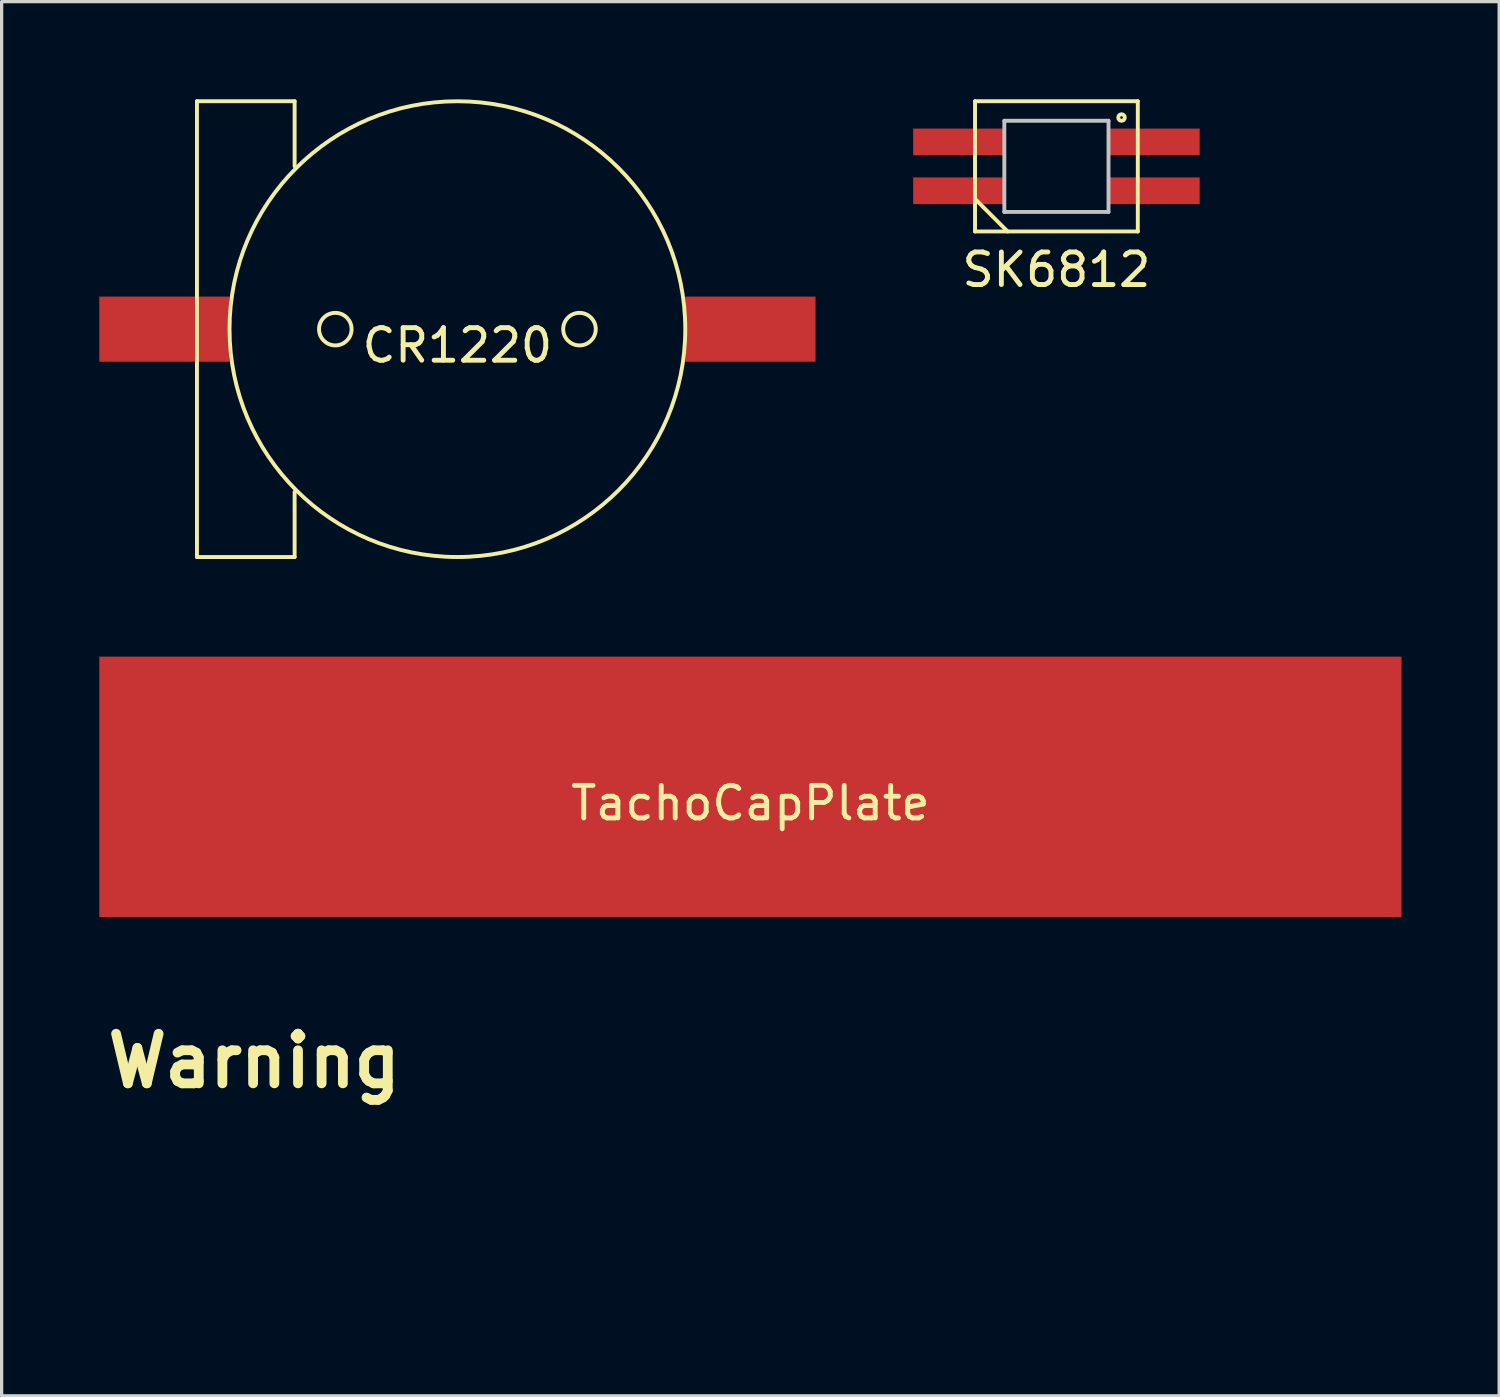
<source format=kicad_pcb>
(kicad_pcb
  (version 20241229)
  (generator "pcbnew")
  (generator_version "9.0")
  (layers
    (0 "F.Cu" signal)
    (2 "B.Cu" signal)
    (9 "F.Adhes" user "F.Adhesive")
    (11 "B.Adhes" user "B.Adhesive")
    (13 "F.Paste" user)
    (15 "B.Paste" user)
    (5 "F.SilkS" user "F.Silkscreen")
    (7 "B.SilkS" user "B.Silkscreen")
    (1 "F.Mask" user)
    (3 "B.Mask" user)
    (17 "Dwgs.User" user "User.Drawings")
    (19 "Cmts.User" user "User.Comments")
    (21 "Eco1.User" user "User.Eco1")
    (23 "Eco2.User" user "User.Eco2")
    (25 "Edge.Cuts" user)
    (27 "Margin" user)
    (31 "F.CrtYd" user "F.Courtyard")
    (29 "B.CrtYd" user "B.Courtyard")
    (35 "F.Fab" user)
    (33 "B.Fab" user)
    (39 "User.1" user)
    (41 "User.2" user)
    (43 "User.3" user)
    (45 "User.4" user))
  (footprint "Warning"
    (layer "F.Cu")
    (at 4.647 34.618)
    (property "Reference" "Warning" (at 0.114 -5.08 0) (layer "F.SilkS") (effects (font (size 1.524 1.524) (thickness 0.3))))
    (attr board_only exclude_from_pos_files exclude_from_bom)
    (fp_poly (pts (xy 0.09 1.164) (xy 0.159 1.212) (xy 0.166 1.219) (xy 0.22 1.301) (xy 0.232 1.389) (xy 0.204 1.473) (xy 0.138 1.541) (xy 0.105 1.56) (xy 0.043 1.587) (xy 0.000017 1.592) (xy -0.048 1.577) (xy -0.085 1.559) (xy -0.163 1.498) (xy -0.204 1.418) (xy -0.205 1.33) (xy -0.165 1.245) (xy -0.143 1.219) (xy -0.074 1.167) (xy 0.002 1.15) (xy 0.012 1.15)) (stroke (width 0) (type solid)) (fill yes) (layer "F.Mask"))
    (fp_poly (pts (xy 0.123 -0.818) (xy 0.13 -0.811) (xy 0.188 -0.753) (xy 0.188 0.884) (xy 0.133 0.935) (xy 0.058 0.978) (xy -0.025 0.981) (xy -0.099 0.945) (xy -0.113 0.932) (xy -0.127 0.916) (xy -0.138 0.898) (xy -0.146 0.873) (xy -0.153 0.835) (xy -0.158 0.781) (xy -0.161 0.704) (xy -0.163 0.6) (xy -0.164 0.465) (xy -0.164 0.293) (xy -0.164 0.079) (xy -0.164 -0.753) (xy -0.107 -0.811) (xy -0.032 -0.859) (xy 0.047 -0.861)) (stroke (width 0) (type solid)) (fill yes) (layer "F.Mask"))
    (fp_poly (pts (xy 0.065 -2.171) (xy 0.114 -2.142) (xy 0.135 -2.114) (xy 0.176 -2.049) (xy 0.237 -1.95) (xy 0.315 -1.821) (xy 0.408 -1.664) (xy 0.514 -1.484) (xy 0.632 -1.283) (xy 0.759 -1.065) (xy 0.894 -0.833) (xy 1.034 -0.591) (xy 1.178 -0.341) (xy 1.324 -0.088) (xy 1.47 0.166) (xy 1.613 0.417) (xy 1.753 0.661) (xy 1.886 0.896) (xy 2.012 1.118) (xy 2.128 1.324) (xy 2.232 1.51) (xy 2.323 1.673) (xy 2.398 1.809) (xy 2.456 1.916) (xy 2.494 1.99) (xy 2.511 2.028) (xy 2.512 2.031) (xy 2.496 2.089) (xy 2.456 2.147) (xy 2.454 2.149) (xy 2.397 2.207) (xy -2.373 2.207) (xy -2.431 2.149) (xy -2.471 2.092) (xy -2.488 2.033) (xy -2.488 2.031) (xy -2.477 2.002) (xy -2.444 1.937) (xy -2.39 1.838) (xy -2.388 1.834) (xy -1.991 1.834) (xy -1.97 1.837) (xy -1.904 1.84) (xy -1.796 1.843) (xy -1.65 1.846) (xy -1.468 1.848) (xy -1.252 1.85) (xy -1.006 1.852) (xy -0.732 1.853) (xy -0.433 1.854) (xy -0.112 1.854) (xy 0.01 1.855) (xy 0.312 1.854) (xy 0.601 1.854) (xy 0.873 1.854) (xy 1.124 1.853) (xy 1.351 1.852) (xy 1.55 1.851) (xy 1.719 1.85) (xy 1.853 1.849) (xy 1.95 1.847) (xy 2.006 1.846) (xy 2.019 1.845) (xy 2.007 1.824) (xy 1.975 1.766) (xy 1.923 1.675) (xy 1.853 1.554) (xy 1.769 1.406) (xy 1.671 1.236) (xy 1.562 1.047) (xy 1.445 0.842) (xy 1.32 0.626) (xy 1.191 0.401) (xy 1.059 0.172) (xy 0.926 -0.058) (xy 0.795 -0.286) (xy 0.667 -0.508) (xy 0.545 -0.72) (xy 0.43 -0.919) (xy 0.325 -1.1) (xy 0.232 -1.261) (xy 0.153 -1.398) (xy 0.09 -1.508) (xy 0.044 -1.586) (xy 0.019 -1.629) (xy 0.014 -1.636) (xy 0.002 -1.617) (xy -0.031 -1.561) (xy -0.083 -1.471) (xy -0.153 -1.351) (xy -0.238 -1.206) (xy -0.336 -1.037) (xy -0.445 -0.849) (xy -0.563 -0.646) (xy -0.688 -0.43) (xy -0.817 -0.207) (xy -0.949 0.022) (xy -1.082 0.252) (xy -1.213 0.479) (xy -1.341 0.7) (xy -1.463 0.912) (xy -1.578 1.111) (xy -1.683 1.293) (xy -1.775 1.454) (xy -1.854 1.592) (xy -1.917 1.702) (xy -1.962 1.781) (xy -1.987 1.825) (xy -1.991 1.834) (xy -2.388 1.834) (xy -2.319 1.708) (xy -2.232 1.551) (xy -2.131 1.37) (xy -2.018 1.169) (xy -1.894 0.95) (xy -1.762 0.718) (xy -1.624 0.476) (xy -1.481 0.226) (xy -1.336 -0.027) (xy -1.19 -0.281) (xy -1.045 -0.532) (xy -0.904 -0.776) (xy -0.768 -1.011) (xy -0.638 -1.232) (xy -0.518 -1.438) (xy -0.409 -1.623) (xy -0.312 -1.786) (xy -0.231 -1.922) (xy -0.166 -2.029) (xy -0.119 -2.102) (xy -0.093 -2.139) (xy -0.091 -2.142) (xy -0.015 -2.179)) (stroke (width 0) (type solid)) (fill yes) (layer "F.Mask")))
  (footprint "SK6812"
    (layer "F.Cu")
    (at 29.4 2.06)
    (property "Reference" "SK6812" (at 0 3.175 0) (layer "F.SilkS") (effects (font (size 1 1) (thickness 0.15))))
    (attr through_hole)
    (fp_line (start -2.5 -2) (end 2.5 -2) (stroke (width 0.12) (type solid)) (layer "F.SilkS"))
    (fp_line (start -2.5 1) (end -1.5 2) (stroke (width 0.12) (type solid)) (layer "F.SilkS"))
    (fp_line (start -2.5 2) (end -2.5 -2) (stroke (width 0.12) (type solid)) (layer "F.SilkS"))
    (fp_line (start 2.5 -2) (end 2.5 2) (stroke (width 0.12) (type solid)) (layer "F.SilkS"))
    (fp_line (start 2.5 2) (end -2.5 2) (stroke (width 0.12) (type solid)) (layer "F.SilkS"))
    (fp_circle (center 2 -1.5) (end 2.1 -1.5) (stroke (width 0.12) (type solid)) (fill no) (layer "F.SilkS"))
    (fp_line (start -1.6 -1.4) (end -1.6 1.4) (stroke (width 0.12) (type solid)) (layer "Dwgs.User"))
    (fp_line (start -1.6 1.4) (end 1.6 1.4) (stroke (width 0.12) (type solid)) (layer "Dwgs.User"))
    (fp_line (start 1.6 -1.4) (end -1.6 -1.4) (stroke (width 0.12) (type solid)) (layer "Dwgs.User"))
    (fp_line (start 1.6 1.4) (end 1.6 -1.4) (stroke (width 0.12) (type solid)) (layer "Dwgs.User"))
    (pad "1" smd rect (at 3 -0.75) (size 2.8 0.82) (layers "F.Cu" "F.Mask" "F.Paste"))
    (pad "2" smd rect (at 3 0.75 180) (size 2.8 0.82) (layers "F.Cu" "F.Mask" "F.Paste"))
    (pad "3" smd rect (at -3 0.75) (size 2.8 0.82) (layers "F.Cu" "F.Mask" "F.Paste"))
    (pad "4" smd rect (at -3 -0.75) (size 2.8 0.82) (layers "F.Cu" "F.Mask" "F.Paste")))
  (footprint "TachoCapPlate"
    (layer "F.Cu")
    (at 20 21.12)
    (property "Reference" "TachoCapPlate" (at 0 0.5 0) (layer "F.SilkS") (effects (font (size 1 1) (thickness 0.15))))
    (attr through_hole)
    (pad "1" smd rect (at 0 0) (size 40 8) (layers "F.Cu" "F.Mask" "F.Paste")))
  (footprint "CR1220"
    (layer "F.Cu")
    (at 11 7.06)
    (property "Reference" "CR1220" (at 0 0.5 0) (layer "F.SilkS") (effects (font (size 1 1) (thickness 0.15))))
    (attr through_hole)
    (fp_line (start -8 -7) (end -8 7) (stroke (width 0.12) (type solid)) (layer "F.SilkS"))
    (fp_line (start -8 -7) (end -5 -7) (stroke (width 0.12) (type solid)) (layer "F.SilkS"))
    (fp_line (start -8 7) (end -5 7) (stroke (width 0.12) (type solid)) (layer "F.SilkS"))
    (fp_line (start -5 -7) (end -5 -5) (stroke (width 0.12) (type solid)) (layer "F.SilkS"))
    (fp_line (start -5 7) (end -5 5) (stroke (width 0.12) (type solid)) (layer "F.SilkS"))
    (fp_circle (center -3.75 0) (end -3.25 0) (stroke (width 0.12) (type solid)) (fill no) (layer "F.SilkS"))
    (fp_circle (center 0 0) (end 7 0) (stroke (width 0.12) (type solid)) (fill no) (layer "F.SilkS"))
    (fp_circle (center 3.75 0) (end 4.25 0) (stroke (width 0.12) (type solid)) (fill no) (layer "F.SilkS"))
    (pad "1" smd rect (at -9 0) (size 4 2) (layers "F.Cu" "F.Mask" "F.Paste"))
    (pad "2" smd rect (at 9 0) (size 4 2) (layers "F.Cu" "F.Mask" "F.Paste")))
  (gr_rect
    (start -3 -3)
    (end 43 39.825)
    (stroke (width 0.1) (type default))
    (fill no)
    (layer "Edge.Cuts")))
</source>
